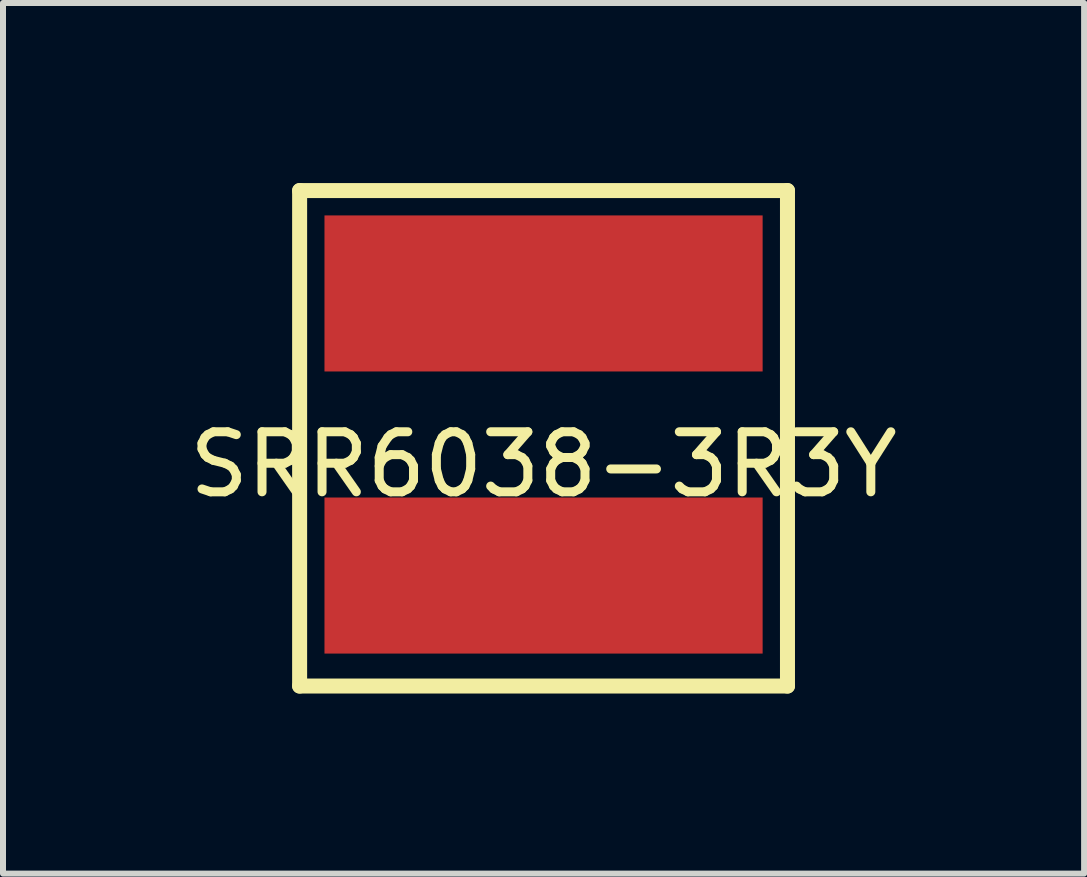
<source format=kicad_pcb>
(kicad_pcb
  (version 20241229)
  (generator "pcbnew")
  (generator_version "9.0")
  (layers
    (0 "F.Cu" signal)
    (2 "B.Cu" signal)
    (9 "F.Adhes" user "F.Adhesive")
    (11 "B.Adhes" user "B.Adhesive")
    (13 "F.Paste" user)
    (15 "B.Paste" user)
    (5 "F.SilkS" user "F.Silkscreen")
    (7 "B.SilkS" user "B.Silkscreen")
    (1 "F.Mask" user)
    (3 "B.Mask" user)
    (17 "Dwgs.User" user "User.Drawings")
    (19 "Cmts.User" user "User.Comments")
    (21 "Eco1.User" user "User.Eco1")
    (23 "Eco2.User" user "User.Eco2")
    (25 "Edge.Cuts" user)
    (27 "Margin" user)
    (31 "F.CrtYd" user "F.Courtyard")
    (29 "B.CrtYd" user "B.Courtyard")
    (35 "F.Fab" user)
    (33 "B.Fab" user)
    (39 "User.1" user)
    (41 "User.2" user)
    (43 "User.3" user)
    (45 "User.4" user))
  (footprint "SRR6038-3R3Y"
    (layer "F.Cu")
    (at 6.006 4.189)
    (property "Reference" "SRR6038-3R3Y" (at 0 0.5 0) (layer "F.SilkS") (effects (font (size 1 1) (thickness 0.15))))
    (attr through_hole)
    (fp_line (start -4.064 -4.064) (end 4.064 -4.064) (stroke (width 0.25) (type solid)) (layer "F.SilkS"))
    (fp_line (start -4.064 4.191) (end -4.064 -4.064) (stroke (width 0.25) (type solid)) (layer "F.SilkS"))
    (fp_line (start 4.064 -4.064) (end 4.064 4.191) (stroke (width 0.25) (type solid)) (layer "F.SilkS"))
    (fp_line (start 4.064 4.191) (end -4.064 4.191) (stroke (width 0.25) (type solid)) (layer "F.SilkS"))
    (pad "1" smd rect (at 0 2.35) (size 7.3 2.6) (layers "F.Cu" "F.Mask" "F.Paste"))
    (pad "2" smd rect (at 0 -2.35) (size 7.3 2.6) (layers "F.Cu" "F.Mask" "F.Paste")))
  (gr_rect
    (start -3 -3)
    (end 15.012 11.505)
    (stroke (width 0.1) (type default))
    (fill no)
    (layer "Edge.Cuts")))
</source>
